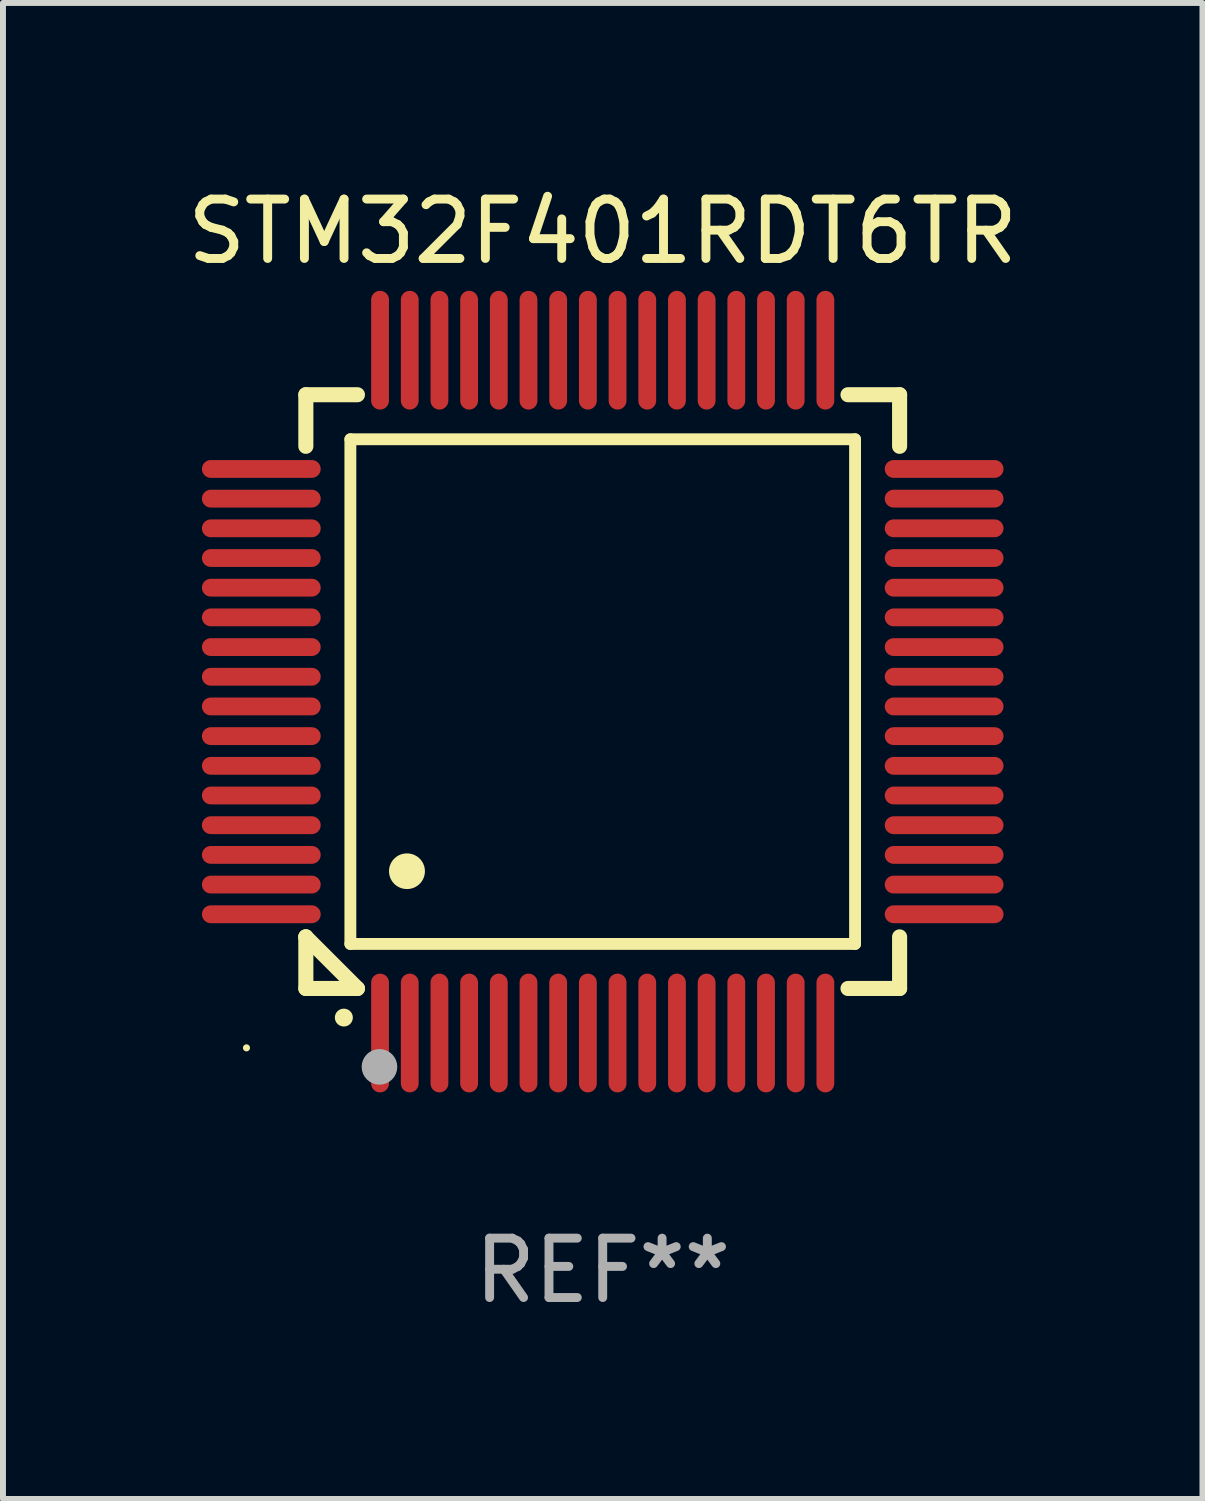
<source format=kicad_pcb>
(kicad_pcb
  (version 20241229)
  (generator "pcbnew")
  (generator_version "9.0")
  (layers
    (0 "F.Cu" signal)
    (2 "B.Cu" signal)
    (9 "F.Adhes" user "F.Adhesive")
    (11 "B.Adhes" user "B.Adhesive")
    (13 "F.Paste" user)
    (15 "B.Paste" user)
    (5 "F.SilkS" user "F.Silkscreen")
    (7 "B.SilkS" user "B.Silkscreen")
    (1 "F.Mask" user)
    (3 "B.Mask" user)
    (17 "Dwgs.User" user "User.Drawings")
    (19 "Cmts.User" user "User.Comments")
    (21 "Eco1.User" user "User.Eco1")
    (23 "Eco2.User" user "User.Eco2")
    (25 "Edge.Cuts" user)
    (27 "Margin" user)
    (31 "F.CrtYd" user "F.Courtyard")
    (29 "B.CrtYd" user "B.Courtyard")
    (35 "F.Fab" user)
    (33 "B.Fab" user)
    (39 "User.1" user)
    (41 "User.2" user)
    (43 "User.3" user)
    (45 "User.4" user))
  (footprint "STM32F401RDT6TR"
    (layer "F.Cu")
    (at 7.101 8.598)
    (property "Reference" "STM32F401RDT6TR" (at 0 -7.75 0) (layer "F.SilkS") (effects (font (size 1 1) (thickness 0.15))))
    (attr through_hole)
    (fp_line (start -5 -5) (end -4.131 -5) (stroke (width 0.254) (type solid)) (layer "F.SilkS"))
    (fp_line (start -5 -4.131) (end -5 -5) (stroke (width 0.254) (type solid)) (layer "F.SilkS"))
    (fp_line (start -5 4.131) (end -5 4.131) (stroke (width 0.254) (type solid)) (layer "F.SilkS"))
    (fp_line (start -5 5) (end -5 4.131) (stroke (width 0.254) (type solid)) (layer "F.SilkS"))
    (fp_line (start -5 4.131) (end -4.131 5) (stroke (width 0.254) (type solid)) (layer "F.SilkS"))
    (fp_line (start -4.25 -4.25) (end -4.25 4.25) (stroke (width 0.2) (type solid)) (layer "F.SilkS"))
    (fp_line (start -4.25 4.25) (end 4.25 4.25) (stroke (width 0.2) (type solid)) (layer "F.SilkS"))
    (fp_line (start -4.131 5) (end -5 5) (stroke (width 0.254) (type solid)) (layer "F.SilkS"))
    (fp_line (start 4.25 -4.25) (end -4.25 -4.25) (stroke (width 0.2) (type solid)) (layer "F.SilkS"))
    (fp_line (start 4.25 4.25) (end 4.25 -4.25) (stroke (width 0.2) (type solid)) (layer "F.SilkS"))
    (fp_line (start 5 -5) (end 4.131 -5) (stroke (width 0.254) (type solid)) (layer "F.SilkS"))
    (fp_line (start 5 -5) (end 5 -4.131) (stroke (width 0.254) (type solid)) (layer "F.SilkS"))
    (fp_line (start 5 4.131) (end 5 5) (stroke (width 0.254) (type solid)) (layer "F.SilkS"))
    (fp_line (start 5 5) (end 4.131 5) (stroke (width 0.254) (type solid)) (layer "F.SilkS"))
    (fp_arc (start -4.361265 5.489992) (mid -4.359995 5.489987) (end -4.358725 5.489992) (stroke (width 0.3) (type solid)) (layer "F.SilkS"))
    (fp_arc (start -3.299467 3.025146) (mid -3.296927 3.025135) (end -3.294387 3.025146) (stroke (width 0.6) (type solid)) (layer "F.SilkS"))
    (fp_circle (center -6 6) (end -5.97 6) (stroke (width 0.06) (type solid)) (fill no) (layer "F.SilkS"))
    (fp_circle (center -3.76 6.32) (end -3.61 6.32) (stroke (width 0.3) (type solid)) (fill no) (layer "F.Fab"))
    (fp_text user "REF**" (at 0 9.75 0) (layer "F.Fab") (effects (font (size 1 1) (thickness 0.15))))
    (pad "1" smd oval (at -3.75 5.75) (size 0.3 2) (layers "F.Cu" "F.Mask" "F.Paste"))
    (pad "2" smd oval (at -3.25 5.75) (size 0.3 2) (layers "F.Cu" "F.Mask" "F.Paste"))
    (pad "3" smd oval (at -2.75 5.75) (size 0.3 2) (layers "F.Cu" "F.Mask" "F.Paste"))
    (pad "4" smd oval (at -2.25 5.75) (size 0.3 2) (layers "F.Cu" "F.Mask" "F.Paste"))
    (pad "5" smd oval (at -1.75 5.75) (size 0.3 2) (layers "F.Cu" "F.Mask" "F.Paste"))
    (pad "6" smd oval (at -1.25 5.75) (size 0.3 2) (layers "F.Cu" "F.Mask" "F.Paste"))
    (pad "7" smd oval (at -0.75 5.75) (size 0.3 2) (layers "F.Cu" "F.Mask" "F.Paste"))
    (pad "8" smd oval (at -0.25 5.75) (size 0.3 2) (layers "F.Cu" "F.Mask" "F.Paste"))
    (pad "9" smd oval (at 0.25 5.75) (size 0.3 2) (layers "F.Cu" "F.Mask" "F.Paste"))
    (pad "10" smd oval (at 0.75 5.75) (size 0.3 2) (layers "F.Cu" "F.Mask" "F.Paste"))
    (pad "11" smd oval (at 1.25 5.75) (size 0.3 2) (layers "F.Cu" "F.Mask" "F.Paste"))
    (pad "12" smd oval (at 1.75 5.75) (size 0.3 2) (layers "F.Cu" "F.Mask" "F.Paste"))
    (pad "13" smd oval (at 2.25 5.75) (size 0.3 2) (layers "F.Cu" "F.Mask" "F.Paste"))
    (pad "14" smd oval (at 2.75 5.75) (size 0.3 2) (layers "F.Cu" "F.Mask" "F.Paste"))
    (pad "15" smd oval (at 3.25 5.75) (size 0.3 2) (layers "F.Cu" "F.Mask" "F.Paste"))
    (pad "16" smd oval (at 3.75 5.75) (size 0.3 2) (layers "F.Cu" "F.Mask" "F.Paste"))
    (pad "17" smd oval (at 5.75 3.75) (size 2 0.3) (layers "F.Cu" "F.Mask" "F.Paste"))
    (pad "18" smd oval (at 5.75 3.25) (size 2 0.3) (layers "F.Cu" "F.Mask" "F.Paste"))
    (pad "19" smd oval (at 5.75 2.75) (size 2 0.3) (layers "F.Cu" "F.Mask" "F.Paste"))
    (pad "20" smd oval (at 5.75 2.25) (size 2 0.3) (layers "F.Cu" "F.Mask" "F.Paste"))
    (pad "21" smd oval (at 5.75 1.75) (size 2 0.3) (layers "F.Cu" "F.Mask" "F.Paste"))
    (pad "22" smd oval (at 5.75 1.25) (size 2 0.3) (layers "F.Cu" "F.Mask" "F.Paste"))
    (pad "23" smd oval (at 5.75 0.75) (size 2 0.3) (layers "F.Cu" "F.Mask" "F.Paste"))
    (pad "24" smd oval (at 5.75 0.25) (size 2 0.3) (layers "F.Cu" "F.Mask" "F.Paste"))
    (pad "25" smd oval (at 5.75 -0.25) (size 2 0.3) (layers "F.Cu" "F.Mask" "F.Paste"))
    (pad "26" smd oval (at 5.75 -0.75) (size 2 0.3) (layers "F.Cu" "F.Mask" "F.Paste"))
    (pad "27" smd oval (at 5.75 -1.25) (size 2 0.3) (layers "F.Cu" "F.Mask" "F.Paste"))
    (pad "28" smd oval (at 5.75 -1.75) (size 2 0.3) (layers "F.Cu" "F.Mask" "F.Paste"))
    (pad "29" smd oval (at 5.75 -2.25) (size 2 0.3) (layers "F.Cu" "F.Mask" "F.Paste"))
    (pad "30" smd oval (at 5.75 -2.75) (size 2 0.3) (layers "F.Cu" "F.Mask" "F.Paste"))
    (pad "31" smd oval (at 5.75 -3.25) (size 2 0.3) (layers "F.Cu" "F.Mask" "F.Paste"))
    (pad "32" smd oval (at 5.75 -3.75) (size 2 0.3) (layers "F.Cu" "F.Mask" "F.Paste"))
    (pad "33" smd oval (at 3.75 -5.75) (size 0.3 2) (layers "F.Cu" "F.Mask" "F.Paste"))
    (pad "34" smd oval (at 3.25 -5.75) (size 0.3 2) (layers "F.Cu" "F.Mask" "F.Paste"))
    (pad "35" smd oval (at 2.75 -5.75) (size 0.3 2) (layers "F.Cu" "F.Mask" "F.Paste"))
    (pad "36" smd oval (at 2.25 -5.75) (size 0.3 2) (layers "F.Cu" "F.Mask" "F.Paste"))
    (pad "37" smd oval (at 1.75 -5.75) (size 0.3 2) (layers "F.Cu" "F.Mask" "F.Paste"))
    (pad "38" smd oval (at 1.25 -5.75) (size 0.3 2) (layers "F.Cu" "F.Mask" "F.Paste"))
    (pad "39" smd oval (at 0.75 -5.75) (size 0.3 2) (layers "F.Cu" "F.Mask" "F.Paste"))
    (pad "40" smd oval (at 0.25 -5.75) (size 0.3 2) (layers "F.Cu" "F.Mask" "F.Paste"))
    (pad "41" smd oval (at -0.25 -5.75) (size 0.3 2) (layers "F.Cu" "F.Mask" "F.Paste"))
    (pad "42" smd oval (at -0.75 -5.75) (size 0.3 2) (layers "F.Cu" "F.Mask" "F.Paste"))
    (pad "43" smd oval (at -1.25 -5.75) (size 0.3 2) (layers "F.Cu" "F.Mask" "F.Paste"))
    (pad "44" smd oval (at -1.75 -5.75) (size 0.3 2) (layers "F.Cu" "F.Mask" "F.Paste"))
    (pad "45" smd oval (at -2.25 -5.75) (size 0.3 2) (layers "F.Cu" "F.Mask" "F.Paste"))
    (pad "46" smd oval (at -2.75 -5.75) (size 0.3 2) (layers "F.Cu" "F.Mask" "F.Paste"))
    (pad "47" smd oval (at -3.25 -5.75) (size 0.3 2) (layers "F.Cu" "F.Mask" "F.Paste"))
    (pad "48" smd oval (at -3.75 -5.75) (size 0.3 2) (layers "F.Cu" "F.Mask" "F.Paste"))
    (pad "49" smd oval (at -5.75 -3.75) (size 2 0.3) (layers "F.Cu" "F.Mask" "F.Paste"))
    (pad "50" smd oval (at -5.75 -3.25) (size 2 0.3) (layers "F.Cu" "F.Mask" "F.Paste"))
    (pad "51" smd oval (at -5.75 -2.75) (size 2 0.3) (layers "F.Cu" "F.Mask" "F.Paste"))
    (pad "52" smd oval (at -5.75 -2.25) (size 2 0.3) (layers "F.Cu" "F.Mask" "F.Paste"))
    (pad "53" smd oval (at -5.75 -1.75) (size 2 0.3) (layers "F.Cu" "F.Mask" "F.Paste"))
    (pad "54" smd oval (at -5.75 -1.25) (size 2 0.3) (layers "F.Cu" "F.Mask" "F.Paste"))
    (pad "55" smd oval (at -5.75 -0.75) (size 2 0.3) (layers "F.Cu" "F.Mask" "F.Paste"))
    (pad "56" smd oval (at -5.75 -0.25) (size 2 0.3) (layers "F.Cu" "F.Mask" "F.Paste"))
    (pad "57" smd oval (at -5.75 0.25) (size 2 0.3) (layers "F.Cu" "F.Mask" "F.Paste"))
    (pad "58" smd oval (at -5.75 0.75) (size 2 0.3) (layers "F.Cu" "F.Mask" "F.Paste"))
    (pad "59" smd oval (at -5.75 1.25) (size 2 0.3) (layers "F.Cu" "F.Mask" "F.Paste"))
    (pad "60" smd oval (at -5.75 1.75) (size 2 0.3) (layers "F.Cu" "F.Mask" "F.Paste"))
    (pad "61" smd oval (at -5.75 2.25) (size 2 0.3) (layers "F.Cu" "F.Mask" "F.Paste"))
    (pad "62" smd oval (at -5.75 2.75) (size 2 0.3) (layers "F.Cu" "F.Mask" "F.Paste"))
    (pad "63" smd oval (at -5.75 3.25) (size 2 0.3) (layers "F.Cu" "F.Mask" "F.Paste"))
    (pad "64" smd oval (at -5.75 3.75) (size 2 0.3) (layers "F.Cu" "F.Mask" "F.Paste")))
  (gr_rect
    (start -3 -3)
    (end 17.202 22.196)
    (stroke (width 0.1) (type default))
    (fill no)
    (layer "Edge.Cuts")))
</source>
